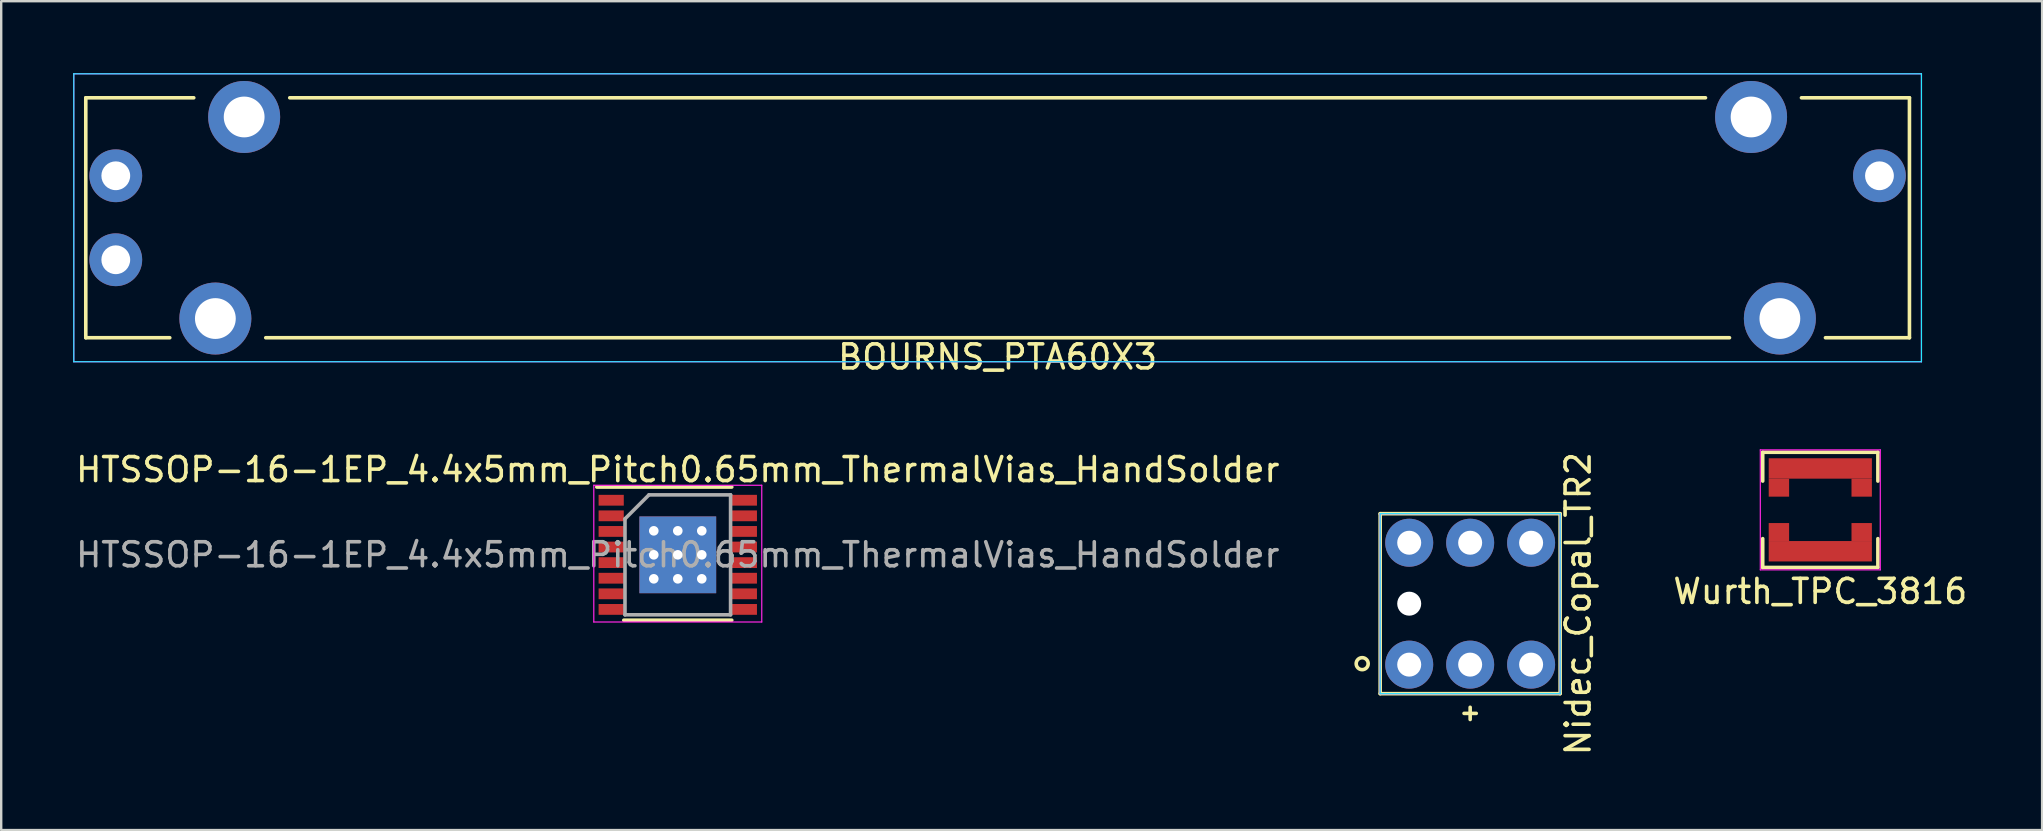
<source format=kicad_pcb>
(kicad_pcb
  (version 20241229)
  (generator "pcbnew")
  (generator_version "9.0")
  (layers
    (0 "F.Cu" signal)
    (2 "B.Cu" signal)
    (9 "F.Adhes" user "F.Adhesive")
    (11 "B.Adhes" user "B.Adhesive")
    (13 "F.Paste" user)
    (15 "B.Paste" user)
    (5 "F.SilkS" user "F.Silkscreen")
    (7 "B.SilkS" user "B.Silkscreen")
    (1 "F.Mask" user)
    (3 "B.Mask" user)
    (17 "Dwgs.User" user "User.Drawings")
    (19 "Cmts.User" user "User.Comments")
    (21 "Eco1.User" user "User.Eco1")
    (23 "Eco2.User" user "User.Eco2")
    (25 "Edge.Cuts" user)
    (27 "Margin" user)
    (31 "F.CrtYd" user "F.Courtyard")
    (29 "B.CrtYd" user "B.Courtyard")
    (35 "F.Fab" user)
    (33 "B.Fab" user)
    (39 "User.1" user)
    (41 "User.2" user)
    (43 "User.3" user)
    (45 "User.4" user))
  (footprint "Nidec_Copal_TR2"
    (layer "F.Cu")
    (at 58.218 22.108)
    (property "Reference" "Nidec_Copal_TR2" (at 4.5 0 90) (layer "F.SilkS") (effects (font (size 1 1) (thickness 0.15))))
    (attr through_hole)
    (fp_line (start -3.75 -3.75) (end 3.75 -3.75) (stroke (width 0.15) (type solid)) (layer "F.SilkS"))
    (fp_line (start -3.75 3.75) (end -3.75 -3.75) (stroke (width 0.15) (type solid)) (layer "F.SilkS"))
    (fp_line (start -0.254 4.572) (end 0.254 4.572) (stroke (width 0.15) (type solid)) (layer "F.SilkS"))
    (fp_line (start 0 4.318) (end 0 4.826) (stroke (width 0.15) (type solid)) (layer "F.SilkS"))
    (fp_line (start 3.75 -3.75) (end 3.75 3.75) (stroke (width 0.15) (type solid)) (layer "F.SilkS"))
    (fp_line (start 3.75 3.75) (end -3.75 3.75) (stroke (width 0.15) (type solid)) (layer "F.SilkS"))
    (fp_circle (center -4.5 2.5) (end -4.25 2.5) (stroke (width 0.15) (type solid)) (fill no) (layer "F.SilkS"))
    (fp_line (start -3.75 -3.75) (end 3.75 -3.75) (stroke (width 0.05) (type solid)) (layer "B.CrtYd"))
    (fp_line (start -3.75 3.75) (end -3.75 -3.75) (stroke (width 0.05) (type solid)) (layer "B.CrtYd"))
    (fp_line (start 3.75 -3.75) (end 3.75 3.75) (stroke (width 0.05) (type solid)) (layer "B.CrtYd"))
    (fp_line (start 3.75 3.75) (end -3.75 3.75) (stroke (width 0.05) (type solid)) (layer "B.CrtYd"))
    (fp_line (start -3.75 -3.75) (end 3.75 -3.75) (stroke (width 0.05) (type solid)) (layer "F.CrtYd"))
    (fp_line (start -3.75 3.75) (end -3.75 -3.75) (stroke (width 0.05) (type solid)) (layer "F.CrtYd"))
    (fp_line (start 3.75 -3.75) (end 3.75 3.75) (stroke (width 0.05) (type solid)) (layer "F.CrtYd"))
    (fp_line (start 3.75 3.75) (end -3.75 3.75) (stroke (width 0.05) (type solid)) (layer "F.CrtYd"))
    (pad "" np_thru_hole circle (at -2.54 0) (size 1 1) (drill 1) (layers "*.Cu" "*.Mask"))
    (pad "1" thru_hole circle (at -2.54 -2.54) (size 2 2) (drill 1) (layers "*.Cu" "*.Mask"))
    (pad "1" thru_hole circle (at -2.54 2.54) (size 2 2) (drill 1) (layers "*.Cu" "*.Mask"))
    (pad "2" thru_hole circle (at 2.54 -2.54) (size 2 2) (drill 1) (layers "*.Cu" "*.Mask"))
    (pad "2" thru_hole circle (at 2.54 2.54) (size 2 2) (drill 1) (layers "*.Cu" "*.Mask"))
    (pad "3" thru_hole circle (at 0 -2.54) (size 2 2) (drill 1) (layers "*.Cu" "*.Mask"))
    (pad "4" thru_hole circle (at 0 2.54) (size 2 2) (drill 1) (layers "*.Cu" "*.Mask")))
  (footprint "HTSSOP-16-1EP_4.4x5mm_Pitch0.65mm_ThermalVias_HandSolder"
    (layer "F.Cu")
    (at 25.196 20.072)
    (property "Reference" "HTSSOP-16-1EP_4.4x5mm_Pitch0.65mm_ThermalVias_HandSolder" (at 0 -3.55 0) (layer "F.SilkS") (effects (font (size 1 1) (thickness 0.15))))
    (attr smd)
    (fp_line (start -3.375 -2.825) (end 2.25 -2.825) (stroke (width 0.15) (type solid)) (layer "F.SilkS"))
    (fp_line (start -2.25 2.725) (end 2.25 2.725) (stroke (width 0.15) (type solid)) (layer "F.SilkS"))
    (fp_line (start -3.5 -2.9) (end -3.5 2.8) (stroke (width 0.05) (type solid)) (layer "F.CrtYd"))
    (fp_line (start -3.5 -2.9) (end 3.5 -2.9) (stroke (width 0.05) (type solid)) (layer "F.CrtYd"))
    (fp_line (start -3.5 2.8) (end 3.5 2.8) (stroke (width 0.05) (type solid)) (layer "F.CrtYd"))
    (fp_line (start 3.5 -2.9) (end 3.5 2.8) (stroke (width 0.05) (type solid)) (layer "F.CrtYd"))
    (fp_line (start -2.2 -1.5) (end -1.2 -2.5) (stroke (width 0.15) (type solid)) (layer "F.Fab"))
    (fp_line (start -2.2 2.5) (end -2.2 -1.5) (stroke (width 0.15) (type solid)) (layer "F.Fab"))
    (fp_line (start -1.2 -2.5) (end 2.2 -2.5) (stroke (width 0.15) (type solid)) (layer "F.Fab"))
    (fp_line (start 2.2 -2.5) (end 2.2 2.5) (stroke (width 0.15) (type solid)) (layer "F.Fab"))
    (fp_line (start 2.2 2.5) (end -2.2 2.5) (stroke (width 0.15) (type solid)) (layer "F.Fab"))
    (fp_text user "${REFERENCE}" (at 0 0 0) (layer "F.Fab") (effects (font (size 1 1) (thickness 0.15))))
    (pad "1" smd rect (at -2.775 -2.275) (size 1.05 0.45) (layers "F.Cu" "F.Mask" "F.Paste"))
    (pad "2" smd rect (at -2.775 -1.625) (size 1.05 0.45) (layers "F.Cu" "F.Mask" "F.Paste"))
    (pad "3" smd rect (at -2.775 -0.975) (size 1.05 0.45) (layers "F.Cu" "F.Mask" "F.Paste"))
    (pad "4" smd rect (at -2.775 -0.325) (size 1.05 0.45) (layers "F.Cu" "F.Mask" "F.Paste"))
    (pad "5" smd rect (at -2.775 0.325) (size 1.05 0.45) (layers "F.Cu" "F.Mask" "F.Paste"))
    (pad "6" smd rect (at -2.775 0.975) (size 1.05 0.45) (layers "F.Cu" "F.Mask" "F.Paste"))
    (pad "7" smd rect (at -2.775 1.625) (size 1.05 0.45) (layers "F.Cu" "F.Mask" "F.Paste"))
    (pad "8" smd rect (at -2.775 2.275) (size 1.05 0.45) (layers "F.Cu" "F.Mask" "F.Paste"))
    (pad "9" smd rect (at 2.775 2.275) (size 1.05 0.45) (layers "F.Cu" "F.Mask" "F.Paste"))
    (pad "10" smd rect (at 2.775 1.625) (size 1.05 0.45) (layers "F.Cu" "F.Mask" "F.Paste"))
    (pad "11" smd rect (at 2.775 0.975) (size 1.05 0.45) (layers "F.Cu" "F.Mask" "F.Paste"))
    (pad "12" smd rect (at 2.775 0.325) (size 1.05 0.45) (layers "F.Cu" "F.Mask" "F.Paste"))
    (pad "13" smd rect (at 2.775 -0.325) (size 1.05 0.45) (layers "F.Cu" "F.Mask" "F.Paste"))
    (pad "14" smd rect (at 2.775 -0.975) (size 1.05 0.45) (layers "F.Cu" "F.Mask" "F.Paste"))
    (pad "15" smd rect (at 2.775 -1.625) (size 1.05 0.45) (layers "F.Cu" "F.Mask" "F.Paste"))
    (pad "16" smd rect (at 2.775 -2.275) (size 1.05 0.45) (layers "F.Cu" "F.Mask" "F.Paste"))
    (pad "17" thru_hole circle (at -1 -1) (size 0.7 0.7) (drill 0.4) (layers "*.Cu" "*.Mask"))
    (pad "17" thru_hole circle (at -1 0) (size 0.7 0.7) (drill 0.4) (layers "*.Cu" "*.Mask"))
    (pad "17" thru_hole circle (at -1 1) (size 0.7 0.7) (drill 0.4) (layers "*.Cu" "*.Mask"))
    (pad "17" thru_hole circle (at 0 -1) (size 0.7 0.7) (drill 0.4) (layers "*.Cu" "*.Mask"))
    (pad "17" thru_hole circle (at 0 0) (size 0.7 0.7) (drill 0.4) (layers "*.Cu" "*.Mask"))
    (pad "17" smd rect (at 0 0) (size 3.2 3.2) (layers "F.Cu" "F.Mask" "F.Paste"))
    (pad "17" smd rect (at 0 0) (size 3.2 3.2) (layers "B.Cu" "B.Mask"))
    (pad "17" thru_hole circle (at 0 1) (size 0.7 0.7) (drill 0.4) (layers "*.Cu" "*.Mask"))
    (pad "17" thru_hole circle (at 1 -1) (size 0.7 0.7) (drill 0.4) (layers "*.Cu" "*.Mask"))
    (pad "17" thru_hole circle (at 1 0) (size 0.7 0.7) (drill 0.4) (layers "*.Cu" "*.Mask"))
    (pad "17" thru_hole circle (at 1 1) (size 0.7 0.7) (drill 0.4) (layers "*.Cu" "*.Mask")))
  (footprint "BOURNS_PTA60X3"
    (layer "F.Cu")
    (at 38.525 6.025)
    (property "Reference" "BOURNS_PTA60X3" (at 0 5.8 0) (layer "F.SilkS") (effects (font (size 1 1) (thickness 0.15))))
    (attr through_hole)
    (fp_line (start -38 -5) (end -38 5) (stroke (width 0.15) (type solid)) (layer "F.SilkS"))
    (fp_line (start -38 -5) (end -33.5 -5) (stroke (width 0.15) (type solid)) (layer "F.SilkS"))
    (fp_line (start -38 5) (end -34.5 5) (stroke (width 0.15) (type solid)) (layer "F.SilkS"))
    (fp_line (start -30.5 5) (end 30.5 5) (stroke (width 0.15) (type solid)) (layer "F.SilkS"))
    (fp_line (start -29.5 -5) (end 29.5 -5) (stroke (width 0.15) (type solid)) (layer "F.SilkS"))
    (fp_line (start 34.5 5) (end 38 5) (stroke (width 0.15) (type solid)) (layer "F.SilkS"))
    (fp_line (start 38 -5) (end 33.5 -5) (stroke (width 0.15) (type solid)) (layer "F.SilkS"))
    (fp_line (start 38 5) (end 38 -5) (stroke (width 0.15) (type solid)) (layer "F.SilkS"))
    (fp_line (start -38.5 -6) (end 38.5 -6) (stroke (width 0.05) (type solid)) (layer "B.CrtYd"))
    (fp_line (start -38.5 6) (end -38.5 -6) (stroke (width 0.05) (type solid)) (layer "B.CrtYd"))
    (fp_line (start 38.5 -6) (end 38.5 6) (stroke (width 0.05) (type solid)) (layer "B.CrtYd"))
    (fp_line (start 38.5 6) (end -38.5 6) (stroke (width 0.05) (type solid)) (layer "B.CrtYd"))
    (fp_line (start -38.5 -6) (end 38.5 -6) (stroke (width 0.05) (type solid)) (layer "F.CrtYd"))
    (fp_line (start -38.5 6) (end -38.5 -6) (stroke (width 0.05) (type solid)) (layer "F.CrtYd"))
    (fp_line (start 38.5 -6) (end 38.5 6) (stroke (width 0.05) (type solid)) (layer "F.CrtYd"))
    (fp_line (start 38.5 6) (end -38.5 6) (stroke (width 0.05) (type solid)) (layer "F.CrtYd"))
    (pad "" thru_hole circle (at -32.6 4.2) (size 3 3) (drill 1.7) (layers "*.Cu" "*.Mask"))
    (pad "" thru_hole circle (at -31.4 -4.2) (size 3 3) (drill 1.7) (layers "*.Cu" "*.Mask"))
    (pad "" thru_hole circle (at 31.4 -4.2) (size 3 3) (drill 1.7) (layers "*.Cu" "*.Mask"))
    (pad "" thru_hole circle (at 32.6 4.2) (size 3 3) (drill 1.7) (layers "*.Cu" "*.Mask"))
    (pad "1" thru_hole circle (at -36.75 -1.75) (size 2.2 2.2) (drill 1.2) (layers "*.Cu" "*.Mask"))
    (pad "2" thru_hole circle (at -36.75 1.75) (size 2.2 2.2) (drill 1.2) (layers "*.Cu" "*.Mask"))
    (pad "3" thru_hole circle (at 36.75 -1.75) (size 2.2 2.2) (drill 1.2) (layers "*.Cu" "*.Mask")))
  (footprint "Wurth_TPC_3816"
    (layer "F.Cu")
    (at 72.81 18.198)
    (property "Reference" "Wurth_TPC_3816" (at 0 3.4 0) (layer "F.SilkS") (effects (font (size 1 1) (thickness 0.15))))
    (attr through_hole)
    (fp_line (start -2.4 -2.4) (end 2.4 -2.4) (stroke (width 0.15) (type solid)) (layer "F.SilkS"))
    (fp_line (start -2.4 -1.2) (end -2.4 -2.4) (stroke (width 0.15) (type solid)) (layer "F.SilkS"))
    (fp_line (start -2.4 1.2) (end -2.4 2.4) (stroke (width 0.15) (type solid)) (layer "F.SilkS"))
    (fp_line (start -2.4 2.4) (end 2.4 2.4) (stroke (width 0.15) (type solid)) (layer "F.SilkS"))
    (fp_line (start 2.4 -2.4) (end 2.4 -1.2) (stroke (width 0.15) (type solid)) (layer "F.SilkS"))
    (fp_line (start 2.4 2.4) (end 2.4 1.2) (stroke (width 0.15) (type solid)) (layer "F.SilkS"))
    (fp_line (start -2.5 -2.5) (end 2.5 -2.5) (stroke (width 0.05) (type solid)) (layer "F.CrtYd"))
    (fp_line (start -2.5 2.5) (end -2.5 -2.5) (stroke (width 0.05) (type solid)) (layer "F.CrtYd"))
    (fp_line (start 2.5 -2.5) (end 2.5 2.5) (stroke (width 0.05) (type solid)) (layer "F.CrtYd"))
    (fp_line (start 2.5 2.5) (end -2.5 2.5) (stroke (width 0.05) (type solid)) (layer "F.CrtYd"))
    (pad "1" smd rect (at -1.725 -0.925) (size 0.85 0.75) (layers "F.Cu" "F.Mask" "F.Paste"))
    (pad "1" smd rect (at 0 -1.725) (size 4.3 0.85) (layers "F.Cu" "F.Mask" "F.Paste"))
    (pad "1" smd rect (at 1.725 -0.925) (size 0.85 0.75) (layers "F.Cu" "F.Mask" "F.Paste"))
    (pad "2" smd rect (at -1.725 0.925) (size 0.85 0.75) (layers "F.Cu" "F.Mask" "F.Paste"))
    (pad "2" smd rect (at 0 1.725) (size 4.3 0.85) (layers "F.Cu" "F.Mask" "F.Paste"))
    (pad "2" smd rect (at 1.725 0.925) (size 0.85 0.75) (layers "F.Cu" "F.Mask" "F.Paste")))
  (gr_rect
    (start -3 -3)
    (end 82.054 31.542)
    (stroke (width 0.1) (type default))
    (fill no)
    (layer "Edge.Cuts")))
</source>
